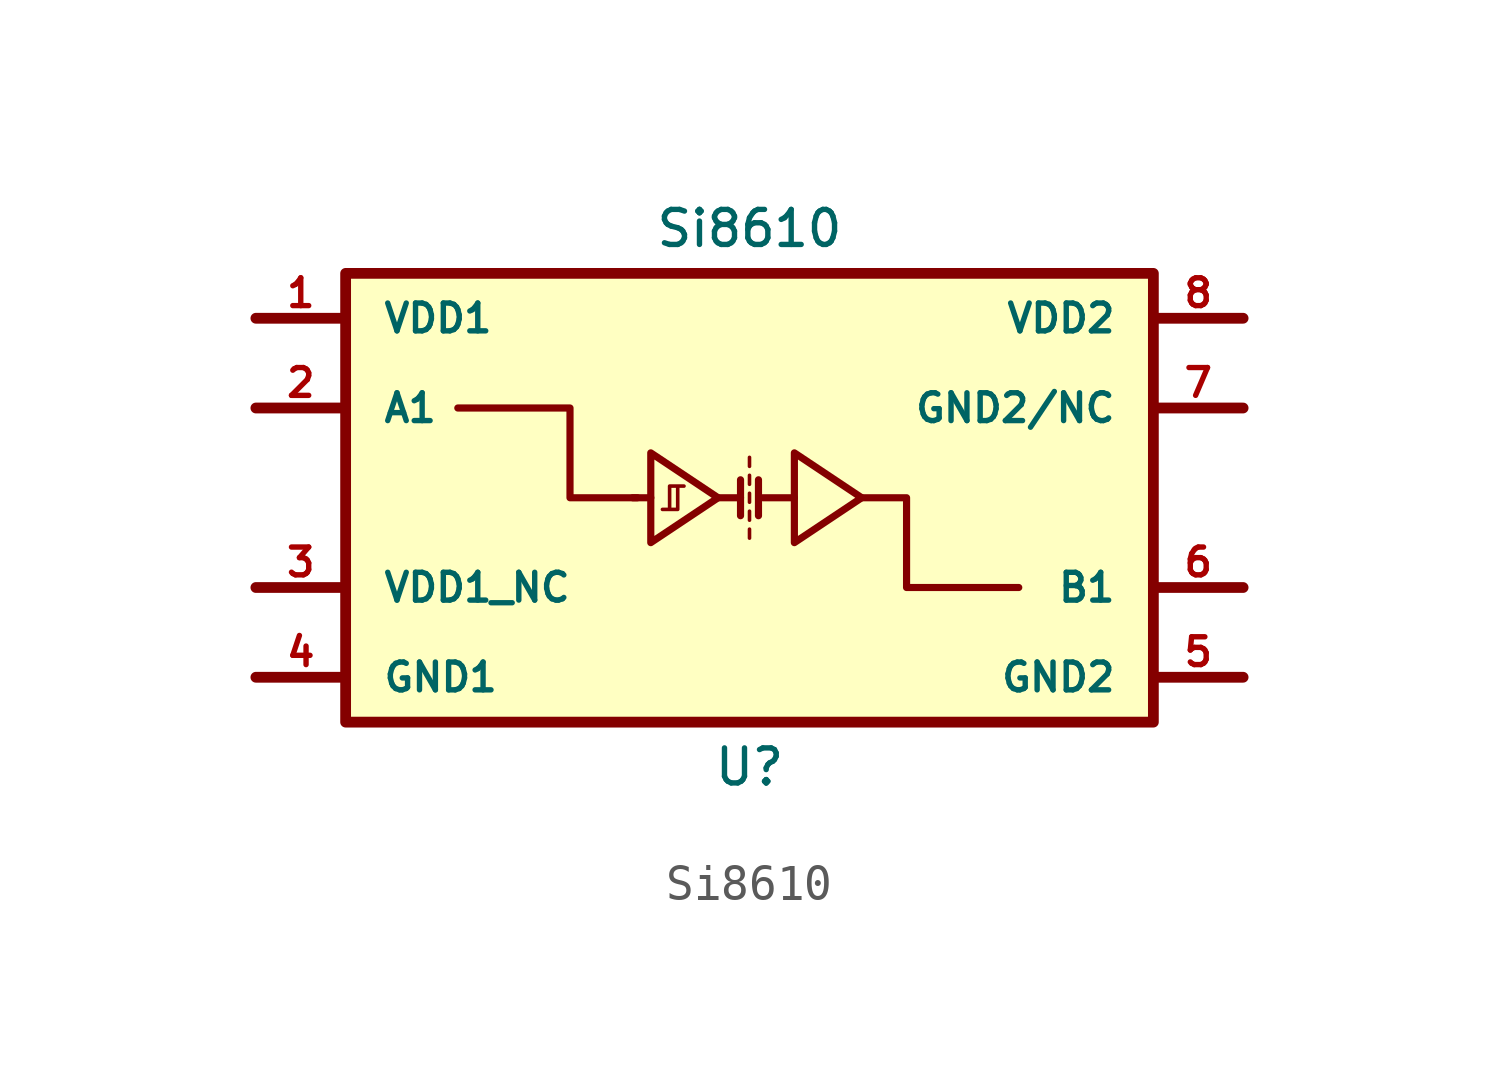
<source format=kicad_sym>
(kicad_symbol_lib
  (version 20211014)
  (generator kicad_symbol_editor)
  (symbol "Si8610"
    (pin_names
      (offset 1.016))
    (property "Reference" "U"
      (at 0 -7.62 0)
      (effects (font (size 0.991 0.991))))
    (property "Value" "Si8610"
      (at 0 7.62 0)
      (effects (font (size 0.991 0.991))))
    (symbol "Si8610_0_1"
      (polyline (pts (xy -13.97 -5.08) (xy -11.43 -5.08)) (stroke (width 0.305) (type default) (color 0 0 0 0)) (fill (type none)))
      (polyline (pts (xy -13.97 2.54) (xy -11.43 2.54)) (stroke (width 0.305) (type default) (color 0 0 0 0)) (fill (type none)))
      (polyline (pts (xy -13.97 5.08) (xy -11.43 5.08)) (stroke (width 0.305) (type default) (color 0 0 0 0)) (fill (type none)))
      (polyline (pts (xy -11.43 -2.54) (xy -13.97 -2.54)) (stroke (width 0.305) (type default) (color 0 0 0 0)) (fill (type none)))
      (polyline (pts (xy 11.43 -2.54) (xy 13.97 -2.54)) (stroke (width 0.305) (type default) (color 0 0 0 0)) (fill (type none)))
      (polyline (pts (xy 11.43 5.08) (xy 13.97 5.08)) (stroke (width 0.305) (type default) (color 0 0 0 0)) (fill (type none)))
      (polyline (pts (xy 13.97 -5.08) (xy 11.43 -5.08)) (stroke (width 0.305) (type default) (color 0 0 0 0)) (fill (type none)))
      (polyline (pts (xy 13.97 2.54) (xy 11.43 2.54)) (stroke (width 0.305) (type default) (color 0 0 0 0)) (fill (type none)))
      (polyline (pts (xy -8.255 2.54) (xy -5.08 2.54) (xy -5.08 0) (xy -3.175 0)) (stroke (width 0.203) (type default) (color 0 0 0 0)) (fill (type none)))
      (polyline (pts (xy 3.175 0) (xy 4.445 0) (xy 4.445 -2.54) (xy 7.62 -2.54)) (stroke (width 0.203) (type default) (color 0 0 0 0)) (fill (type none))))
    (symbol "Si8610_1_1"
      (rectangle (start -11.43 6.35) (end 11.43 -6.35) (stroke (width 0.305) (type default) (color 0 0 0 0)) (fill (type background)))
      (polyline (pts (xy -2.794 0) (xy -3.302 0)) (stroke (width 0.203) (type default) (color 0 0 0 0)) (fill (type none)))
      (polyline (pts (xy -0.889 0) (xy -0.254 0)) (stroke (width 0.203) (type default) (color 0 0 0 0)) (fill (type none)))
      (polyline (pts (xy -0.254 0.508) (xy -0.254 -0.508)) (stroke (width 0.203) (type default) (color 0 0 0 0)) (fill (type none)))
      (polyline (pts (xy 0 -0.889) (xy 0 -1.143)) (stroke (width 0.102) (type default) (color 0 0 0 0)) (fill (type none)))
      (polyline (pts (xy 0 -0.381) (xy 0 -0.635)) (stroke (width 0.102) (type default) (color 0 0 0 0)) (fill (type none)))
      (polyline (pts (xy 0 0.127) (xy 0 -0.127)) (stroke (width 0.102) (type default) (color 0 0 0 0)) (fill (type none)))
      (polyline (pts (xy 0 0.635) (xy 0 0.381)) (stroke (width 0.102) (type default) (color 0 0 0 0)) (fill (type none)))
      (polyline (pts (xy 0 1.143) (xy 0 0.889)) (stroke (width 0.102) (type default) (color 0 0 0 0)) (fill (type none)))
      (polyline (pts (xy 0.254 0.508) (xy 0.254 -0.508)) (stroke (width 0.203) (type default) (color 0 0 0 0)) (fill (type none)))
      (polyline (pts (xy 0.381 0) (xy 1.27 0)) (stroke (width 0.203) (type default) (color 0 0 0 0)) (fill (type none)))
      (polyline (pts (xy -2.794 1.27) (xy -2.794 -1.27) (xy -0.889 0) (xy -2.794 1.27)) (stroke (width 0.203) (type default) (color 0 0 0 0)) (fill (type none)))
      (polyline (pts (xy 1.27 1.27) (xy 1.27 -1.27) (xy 3.175 0) (xy 1.27 1.27)) (stroke (width 0.203) (type default) (color 0 0 0 0)) (fill (type none)))
      (polyline (pts (xy -2.464 -0.33) (xy -2.032 -0.33) (xy -2.032 0.33) (xy -1.854 0.33) (xy -2.261 0.33) (xy -2.261 -0.33)) (stroke (width 0.102) (type default) (color 0 0 0 0)) (fill (type none)))
      (pin power_in line (at -13.97 5.08 0) (length 2.54) (name "VDD1" (effects (font (size 0.787 0.787)))) (number "1" (effects (font (size 0.787 0.787)))))
      (pin input line (at -13.97 2.54 0) (length 2.54) (name "A1" (effects (font (size 0.787 0.787)))) (number "2" (effects (font (size 0.787 0.787)))))
      (pin passive line (at -13.97 -2.54 0) (length 2.54) (name "VDD1_NC" (effects (font (size 0.787 0.787)))) (number "3" (effects (font (size 0.787 0.787)))))
      (pin power_in line (at -13.97 -5.08 0) (length 2.54) (name "GND1" (effects (font (size 0.787 0.787)))) (number "4" (effects (font (size 0.787 0.787)))))
      (pin power_in line (at 13.97 -5.08 180) (length 2.54) (name "GND2" (effects (font (size 0.787 0.787)))) (number "5" (effects (font (size 0.787 0.787)))))
      (pin output line (at 13.97 -2.54 180) (length 2.54) (name "B1" (effects (font (size 0.787 0.787)))) (number "6" (effects (font (size 0.787 0.787)))))
      (pin passive line (at 13.97 2.54 180) (length 2.54) (name "GND2/NC" (effects (font (size 0.787 0.787)))) (number "7" (effects (font (size 0.787 0.787)))))
      (pin power_in line (at 13.97 5.08 180) (length 2.54) (name "VDD2" (effects (font (size 0.787 0.787)))) (number "8" (effects (font (size 0.787 0.787))))))))
</source>
